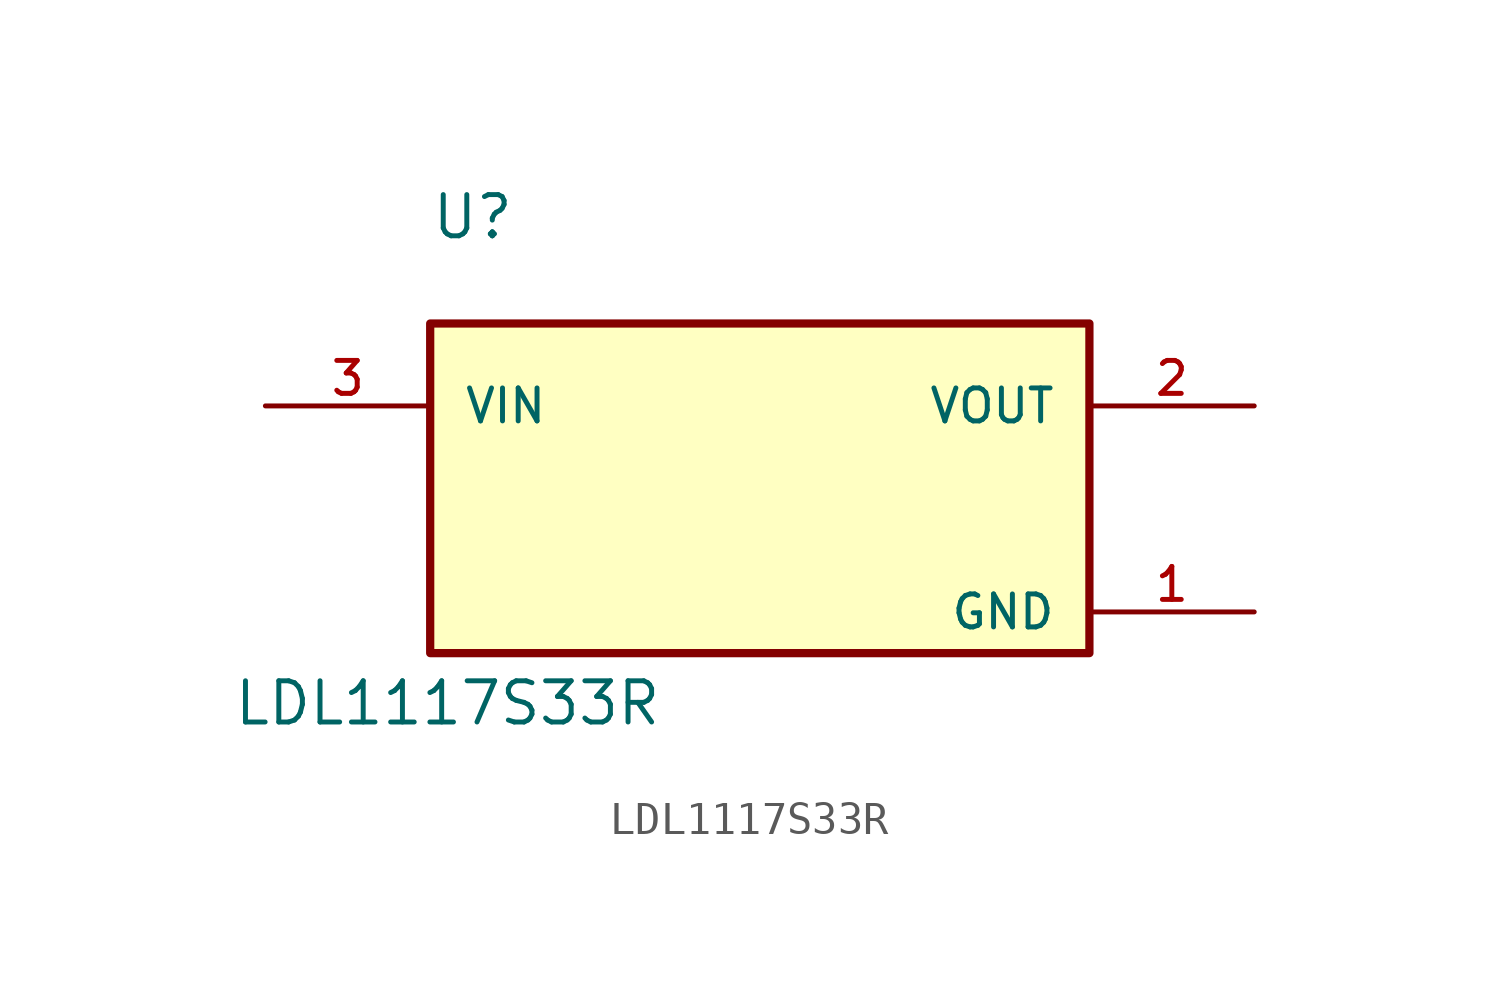
<source format=kicad_sym>
(kicad_symbol_lib
  (version 20241209)
  (generator "kicad_symbol_editor")
  (generator_version "9.0")
  (symbol "LDL1117S33R"
    (pin_names
      (offset 1.016))
    (property "Reference" "U"
      (at -10.16 7.62 0)
      (effects (font (size 1.27 1.27)) (justify left bottom)))
    (property "Value" "LDL1117S33R"
      (at -16.256 -7.366 0)
      (effects (font (size 1.27 1.27)) (justify left bottom)))
    (symbol "LDL1117S33R_0_0"
      (rectangle (start -10.16 -5.08) (end 10.16 5.08) (stroke (width 0.254) (type default)) (fill (type background)))
      (pin input line (at -15.24 2.54 0) (length 5.08) (name "VIN" (effects (font (size 1.016 1.016)))) (number "3" (effects (font (size 1.016 1.016)))))
      (pin output line (at 15.24 2.54 180) (length 5.08) (name "VOUT" (effects (font (size 1.016 1.016)))) (number "2" (effects (font (size 1.016 1.016)))))
      (pin output line (at 15.24 2.54 180) (length 5.08) (hide yes) (name "VOUT" (effects (font (size 1.016 1.016)))) (number "4" (effects (font (size 1.016 1.016)))))
      (pin power_in line (at 15.24 -3.81 180) (length 5.08) (name "GND" (effects (font (size 1.016 1.016)))) (number "1" (effects (font (size 1.016 1.016))))))))
</source>
